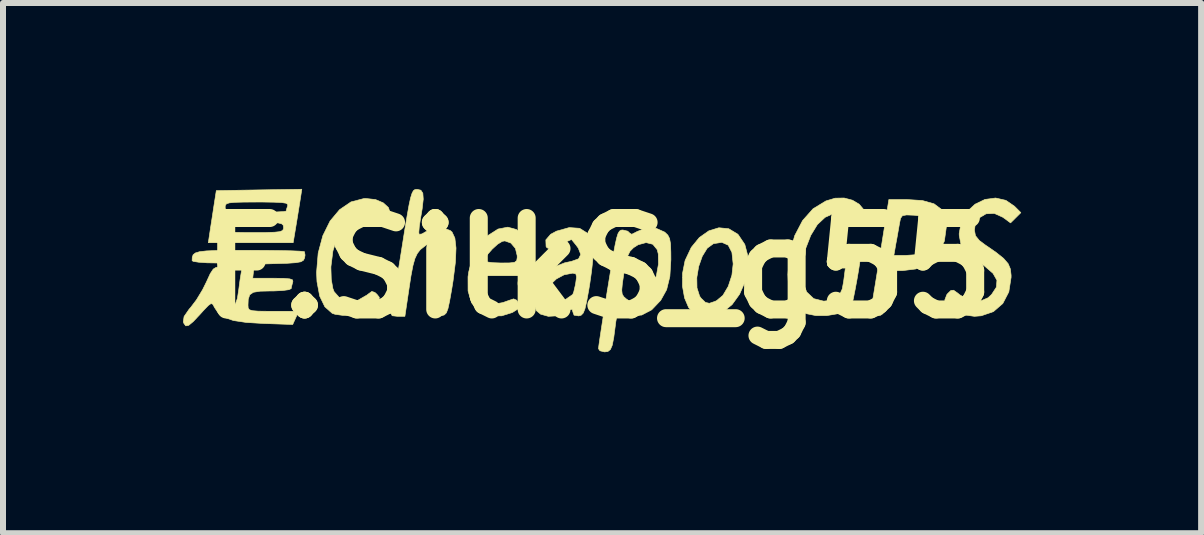
<source format=kicad_pcb>
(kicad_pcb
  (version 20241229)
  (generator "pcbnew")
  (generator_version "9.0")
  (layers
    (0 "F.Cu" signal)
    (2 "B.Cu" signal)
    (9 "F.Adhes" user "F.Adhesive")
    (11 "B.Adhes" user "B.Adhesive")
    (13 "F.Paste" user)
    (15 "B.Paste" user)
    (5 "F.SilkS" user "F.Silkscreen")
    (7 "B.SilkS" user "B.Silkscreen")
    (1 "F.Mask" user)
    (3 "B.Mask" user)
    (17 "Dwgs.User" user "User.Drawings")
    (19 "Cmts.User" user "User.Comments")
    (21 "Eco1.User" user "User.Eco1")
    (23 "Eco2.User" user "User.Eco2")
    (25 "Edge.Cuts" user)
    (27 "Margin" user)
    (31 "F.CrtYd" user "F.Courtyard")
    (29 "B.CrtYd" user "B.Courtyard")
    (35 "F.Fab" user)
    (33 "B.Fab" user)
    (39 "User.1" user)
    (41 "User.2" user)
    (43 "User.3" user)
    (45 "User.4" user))
  (footprint "F.SilkS_g55"
    (layer "F.Cu")
    (at 6.925 1.418)
    (property "Reference" "F.SilkS_g55" (at 0 0 0) (layer "F.SilkS") (effects (font (size 1.524 1.524) (thickness 0.3))))
    (attr through_hole)
    (fp_poly (pts (xy 2.17 -0.656) (xy 2.318 -0.567) (xy 2.328 -0.557) (xy 2.438 -0.394) (xy 2.49 -0.197) (xy 2.488 0.017) (xy 2.44 0.233) (xy 2.351 0.435) (xy 2.227 0.607) (xy 2.074 0.733) (xy 1.897 0.798) (xy 1.825 0.803) (xy 1.7 0.79) (xy 1.603 0.761) (xy 1.598 0.759) (xy 1.502 0.658) (xy 1.434 0.498) (xy 1.399 0.301) (xy 1.4 0.158) (xy 1.638 0.158) (xy 1.641 0.33) (xy 1.685 0.468) (xy 1.71 0.503) (xy 1.782 0.572) (xy 1.847 0.587) (xy 1.941 0.555) (xy 1.966 0.544) (xy 2.073 0.455) (xy 2.162 0.305) (xy 2.223 0.119) (xy 2.244 -0.069) (xy 2.223 -0.262) (xy 2.161 -0.382) (xy 2.056 -0.429) (xy 1.915 -0.407) (xy 1.812 -0.332) (xy 1.729 -0.197) (xy 1.669 -0.026) (xy 1.638 0.158) (xy 1.4 0.158) (xy 1.4 0.089) (xy 1.441 -0.118) (xy 1.445 -0.131) (xy 1.546 -0.345) (xy 1.681 -0.51) (xy 1.839 -0.621) (xy 2.006 -0.672) (xy 2.17 -0.656)) (stroke (width 0.01) (type solid)) (fill yes) (layer "F.SilkS"))
    (fp_poly (pts (xy -3.716 -1.142) (xy -3.587 -1.087) (xy -3.501 -1.008) (xy -3.472 -0.917) (xy -3.51 -0.828) (xy -3.534 -0.805) (xy -3.591 -0.78) (xy -3.663 -0.809) (xy -3.709 -0.843) (xy -3.823 -0.913) (xy -3.929 -0.922) (xy -4.055 -0.871) (xy -4.099 -0.845) (xy -4.238 -0.716) (xy -4.35 -0.523) (xy -4.427 -0.285) (xy -4.46 -0.022) (xy -4.46 -0.003) (xy -4.454 0.19) (xy -4.427 0.341) (xy -4.407 0.393) (xy -4.305 0.508) (xy -4.167 0.556) (xy -4.011 0.537) (xy -3.857 0.448) (xy -3.841 0.435) (xy -3.778 0.389) (xy -3.727 0.406) (xy -3.693 0.437) (xy -3.654 0.486) (xy -3.658 0.532) (xy -3.714 0.6) (xy -3.755 0.642) (xy -3.857 0.727) (xy -3.965 0.771) (xy -4.114 0.79) (xy -4.263 0.788) (xy -4.39 0.77) (xy -4.438 0.754) (xy -4.561 0.645) (xy -4.647 0.467) (xy -4.692 0.227) (xy -4.699 0.073) (xy -4.672 -0.251) (xy -4.595 -0.539) (xy -4.474 -0.784) (xy -4.315 -0.974) (xy -4.125 -1.103) (xy -3.91 -1.159) (xy -3.877 -1.16) (xy -3.716 -1.142)) (stroke (width 0.01) (type solid)) (fill yes) (layer "F.SilkS"))
    (fp_poly (pts (xy 5.397 -1.126) (xy 5.592 -1.071) (xy 5.72 -0.975) (xy 5.786 -0.835) (xy 5.8 -0.708) (xy 5.764 -0.45) (xy 5.661 -0.239) (xy 5.5 -0.081) (xy 5.286 0.015) (xy 5.066 0.042) (xy 4.88 0.042) (xy 4.821 0.413) (xy 4.792 0.59) (xy 4.767 0.7) (xy 4.739 0.76) (xy 4.7 0.786) (xy 4.641 0.797) (xy 4.64 0.797) (xy 4.555 0.799) (xy 4.531 0.762) (xy 4.541 0.691) (xy 4.555 0.614) (xy 4.58 0.467) (xy 4.613 0.267) (xy 4.652 0.027) (xy 4.69 -0.212) (xy 4.922 -0.212) (xy 5.13 -0.212) (xy 5.274 -0.222) (xy 5.37 -0.259) (xy 5.437 -0.319) (xy 5.528 -0.466) (xy 5.559 -0.631) (xy 5.527 -0.774) (xy 5.48 -0.833) (xy 5.4 -0.865) (xy 5.261 -0.881) (xy 5.133 -0.886) (xy 5.065 -0.873) (xy 5.034 -0.83) (xy 5.018 -0.754) (xy 4.995 -0.623) (xy 4.967 -0.464) (xy 4.957 -0.413) (xy 4.922 -0.212) (xy 4.69 -0.212) (xy 4.694 -0.237) (xy 4.702 -0.286) (xy 4.839 -1.143) (xy 5.13 -1.143) (xy 5.397 -1.126)) (stroke (width 0.01) (type solid)) (fill yes) (layer "F.SilkS"))
    (fp_poly (pts (xy 6.789 -1.129) (xy 6.932 -1.031) (xy 7.039 -0.924) (xy 6.867 -0.753) (xy 6.739 -0.847) (xy 6.597 -0.911) (xy 6.459 -0.905) (xy 6.346 -0.838) (xy 6.277 -0.719) (xy 6.265 -0.632) (xy 6.282 -0.54) (xy 6.346 -0.46) (xy 6.438 -0.391) (xy 6.625 -0.262) (xy 6.751 -0.161) (xy 6.827 -0.073) (xy 6.864 0.015) (xy 6.876 0.118) (xy 6.876 0.155) (xy 6.838 0.397) (xy 6.738 0.59) (xy 6.582 0.725) (xy 6.379 0.795) (xy 6.265 0.804) (xy 6.074 0.777) (xy 5.936 0.719) (xy 5.812 0.624) (xy 5.77 0.534) (xy 5.805 0.442) (xy 5.821 0.423) (xy 5.873 0.373) (xy 5.918 0.369) (xy 5.986 0.417) (xy 6.02 0.445) (xy 6.184 0.542) (xy 6.345 0.558) (xy 6.492 0.495) (xy 6.551 0.44) (xy 6.631 0.318) (xy 6.64 0.203) (xy 6.575 0.088) (xy 6.433 -0.035) (xy 6.297 -0.124) (xy 6.135 -0.244) (xy 6.044 -0.377) (xy 6.012 -0.543) (xy 6.011 -0.575) (xy 6.046 -0.773) (xy 6.139 -0.939) (xy 6.276 -1.065) (xy 6.44 -1.144) (xy 6.617 -1.168) (xy 6.789 -1.129)) (stroke (width 0.01) (type solid)) (fill yes) (layer "F.SilkS"))
    (fp_poly (pts (xy -1.368 -0.643) (xy -1.252 -0.544) (xy -1.174 -0.392) (xy -1.145 -0.195) (xy -1.161 -0.024) (xy -1.189 0.127) (xy -1.947 0.127) (xy -1.947 0.267) (xy -1.918 0.404) (xy -1.842 0.518) (xy -1.741 0.585) (xy -1.694 0.593) (xy -1.595 0.575) (xy -1.502 0.542) (xy -1.415 0.513) (xy -1.365 0.535) (xy -1.352 0.553) (xy -1.318 0.627) (xy -1.34 0.679) (xy -1.429 0.736) (xy -1.437 0.74) (xy -1.614 0.796) (xy -1.801 0.797) (xy -1.963 0.744) (xy -2.004 0.717) (xy -2.116 0.577) (xy -2.174 0.382) (xy -2.175 0.145) (xy -2.163 0.063) (xy -2.115 -0.124) (xy -1.905 -0.124) (xy -1.866 -0.104) (xy -1.765 -0.09) (xy -1.63 -0.085) (xy -1.482 -0.086) (xy -1.4 -0.096) (xy -1.364 -0.123) (xy -1.355 -0.175) (xy -1.355 -0.205) (xy -1.385 -0.328) (xy -1.46 -0.417) (xy -1.56 -0.453) (xy -1.604 -0.446) (xy -1.681 -0.399) (xy -1.773 -0.315) (xy -1.855 -0.221) (xy -1.901 -0.142) (xy -1.905 -0.124) (xy -2.115 -0.124) (xy -2.104 -0.171) (xy -2.017 -0.35) (xy -1.887 -0.503) (xy -1.842 -0.544) (xy -1.674 -0.651) (xy -1.512 -0.682) (xy -1.368 -0.643)) (stroke (width 0.01) (type solid)) (fill yes) (layer "F.SilkS"))
    (fp_poly (pts (xy 4.233 -1.131) (xy 4.345 -1.064) (xy 4.416 -0.979) (xy 4.43 -0.887) (xy 4.389 -0.815) (xy 4.338 -0.777) (xy 4.283 -0.789) (xy 4.21 -0.841) (xy 4.075 -0.916) (xy 3.939 -0.919) (xy 3.782 -0.849) (xy 3.775 -0.845) (xy 3.647 -0.725) (xy 3.537 -0.545) (xy 3.452 -0.326) (xy 3.401 -0.093) (xy 3.392 0.132) (xy 3.403 0.222) (xy 3.469 0.398) (xy 3.586 0.509) (xy 3.748 0.55) (xy 3.761 0.55) (xy 3.91 0.533) (xy 4.006 0.47) (xy 4.062 0.348) (xy 4.085 0.222) (xy 4.114 0) (xy 3.962 0) (xy 3.86 -0.007) (xy 3.818 -0.041) (xy 3.81 -0.106) (xy 3.815 -0.163) (xy 3.842 -0.194) (xy 3.911 -0.208) (xy 4.04 -0.212) (xy 4.085 -0.212) (xy 4.251 -0.205) (xy 4.34 -0.185) (xy 4.36 -0.159) (xy 4.353 -0.084) (xy 4.333 0.043) (xy 4.306 0.2) (xy 4.276 0.361) (xy 4.248 0.502) (xy 4.225 0.601) (xy 4.215 0.631) (xy 4.125 0.707) (xy 3.979 0.762) (xy 3.803 0.792) (xy 3.624 0.792) (xy 3.469 0.761) (xy 3.424 0.741) (xy 3.299 0.627) (xy 3.209 0.449) (xy 3.163 0.223) (xy 3.157 0.106) (xy 3.186 -0.237) (xy 3.269 -0.539) (xy 3.401 -0.792) (xy 3.576 -0.989) (xy 3.79 -1.119) (xy 3.943 -1.165) (xy 4.094 -1.168) (xy 4.233 -1.131)) (stroke (width 0.01) (type solid)) (fill yes) (layer "F.SilkS"))
    (fp_poly (pts (xy -2.961 -1.298) (xy -2.928 -1.248) (xy -2.921 -1.149) (xy -2.939 -0.989) (xy -2.966 -0.829) (xy -2.987 -0.695) (xy -2.995 -0.597) (xy -2.99 -0.563) (xy -2.944 -0.569) (xy -2.872 -0.61) (xy -2.738 -0.666) (xy -2.593 -0.671) (xy -2.471 -0.626) (xy -2.441 -0.6) (xy -2.394 -0.5) (xy -2.375 -0.334) (xy -2.385 -0.099) (xy -2.424 0.211) (xy -2.448 0.36) (xy -2.482 0.551) (xy -2.509 0.675) (xy -2.536 0.746) (xy -2.57 0.78) (xy -2.617 0.794) (xy -2.64 0.797) (xy -2.723 0.799) (xy -2.746 0.761) (xy -2.735 0.691) (xy -2.698 0.488) (xy -2.663 0.272) (xy -2.634 0.063) (xy -2.613 -0.122) (xy -2.602 -0.263) (xy -2.604 -0.341) (xy -2.605 -0.344) (xy -2.663 -0.41) (xy -2.76 -0.422) (xy -2.874 -0.383) (xy -2.971 -0.307) (xy -3.021 -0.242) (xy -3.06 -0.159) (xy -3.093 -0.041) (xy -3.126 0.131) (xy -3.153 0.307) (xy -3.227 0.804) (xy -3.352 0.804) (xy -3.439 0.794) (xy -3.461 0.754) (xy -3.456 0.73) (xy -3.444 0.669) (xy -3.42 0.536) (xy -3.388 0.346) (xy -3.349 0.109) (xy -3.305 -0.159) (xy -3.278 -0.328) (xy -3.229 -0.639) (xy -3.189 -0.877) (xy -3.158 -1.051) (xy -3.132 -1.171) (xy -3.108 -1.247) (xy -3.085 -1.29) (xy -3.06 -1.308) (xy -3.029 -1.312) (xy -3.021 -1.312) (xy -2.961 -1.298)) (stroke (width 0.01) (type solid)) (fill yes) (layer "F.SilkS"))
    (fp_poly (pts (xy -0.315 -0.663) (xy -0.187 -0.583) (xy -0.109 -0.44) (xy -0.087 -0.259) (xy -0.096 -0.13) (xy -0.116 0.051) (xy -0.145 0.256) (xy -0.162 0.36) (xy -0.197 0.553) (xy -0.226 0.678) (xy -0.255 0.75) (xy -0.289 0.785) (xy -0.329 0.797) (xy -0.407 0.785) (xy -0.423 0.744) (xy -0.44 0.687) (xy -0.497 0.695) (xy -0.569 0.742) (xy -0.693 0.796) (xy -0.836 0.804) (xy -0.965 0.768) (xy -1.035 0.71) (xy -1.094 0.555) (xy -1.09 0.486) (xy -0.87 0.486) (xy -0.847 0.529) (xy -0.751 0.587) (xy -0.627 0.566) (xy -0.549 0.522) (xy -0.47 0.468) (xy -0.429 0.439) (xy -0.412 0.394) (xy -0.389 0.295) (xy -0.381 0.256) (xy -0.366 0.147) (xy -0.378 0.097) (xy -0.425 0.085) (xy -0.433 0.085) (xy -0.574 0.112) (xy -0.703 0.181) (xy -0.805 0.278) (xy -0.866 0.385) (xy -0.87 0.486) (xy -1.09 0.486) (xy -1.083 0.37) (xy -1.033 0.231) (xy -0.932 0.103) (xy -0.769 -0.007) (xy -0.566 -0.087) (xy -0.448 -0.113) (xy -0.333 -0.154) (xy -0.296 -0.227) (xy -0.337 -0.333) (xy -0.373 -0.382) (xy -0.45 -0.477) (xy -0.65 -0.388) (xy -0.771 -0.339) (xy -0.837 -0.327) (xy -0.869 -0.349) (xy -0.874 -0.361) (xy -0.878 -0.47) (xy -0.798 -0.563) (xy -0.7 -0.616) (xy -0.488 -0.675) (xy -0.315 -0.663)) (stroke (width 0.01) (type solid)) (fill yes) (layer "F.SilkS"))
    (fp_poly (pts (xy -4.973 -1.133) (xy -4.996 -0.989) (xy -5.025 -0.809) (xy -5.045 -0.688) (xy -5.089 -0.423) (xy -6.503 -0.423) (xy -6.465 -0.677) (xy -6.265 -0.677) (xy -6.26 -0.642) (xy -6.236 -0.618) (xy -6.178 -0.603) (xy -6.073 -0.596) (xy -5.907 -0.593) (xy -5.757 -0.593) (xy -5.543 -0.593) (xy -5.399 -0.598) (xy -5.312 -0.607) (xy -5.267 -0.625) (xy -5.251 -0.652) (xy -5.249 -0.677) (xy -5.254 -0.713) (xy -5.279 -0.737) (xy -5.336 -0.752) (xy -5.441 -0.759) (xy -5.608 -0.762) (xy -5.757 -0.762) (xy -5.972 -0.761) (xy -6.116 -0.757) (xy -6.203 -0.748) (xy -6.247 -0.73) (xy -6.264 -0.702) (xy -6.265 -0.677) (xy -6.465 -0.677) (xy -6.437 -0.857) (xy -6.413 -1.016) (xy -6.223 -1.016) (xy -6.218 -0.98) (xy -6.194 -0.956) (xy -6.136 -0.942) (xy -6.031 -0.934) (xy -5.865 -0.932) (xy -5.715 -0.931) (xy -5.519 -0.933) (xy -5.358 -0.936) (xy -5.249 -0.942) (xy -5.207 -0.949) (xy -5.207 -0.949) (xy -5.194 -0.999) (xy -5.181 -1.034) (xy -5.179 -1.062) (xy -5.208 -1.081) (xy -5.278 -1.092) (xy -5.404 -1.098) (xy -5.596 -1.101) (xy -5.689 -1.101) (xy -5.91 -1.1) (xy -6.06 -1.096) (xy -6.152 -1.087) (xy -6.201 -1.071) (xy -6.22 -1.045) (xy -6.223 -1.016) (xy -6.413 -1.016) (xy -6.37 -1.291) (xy -5.658 -1.303) (xy -4.945 -1.314) (xy -4.973 -1.133)) (stroke (width 0.01) (type solid)) (fill yes) (layer "F.SilkS"))
    (fp_poly (pts (xy 0.956 -0.665) (xy 1.102 -0.6) (xy 1.107 -0.596) (xy 1.155 -0.55) (xy 1.184 -0.493) (xy 1.2 -0.406) (xy 1.205 -0.267) (xy 1.206 -0.141) (xy 1.189 0.139) (xy 1.135 0.36) (xy 1.036 0.538) (xy 0.887 0.694) (xy 0.883 0.697) (xy 0.719 0.783) (xy 0.53 0.792) (xy 0.377 0.745) (xy 0.336 0.742) (xy 0.309 0.784) (xy 0.289 0.889) (xy 0.28 0.959) (xy 0.254 1.157) (xy 0.229 1.285) (xy 0.198 1.357) (xy 0.156 1.39) (xy 0.101 1.397) (xy 0.024 1.378) (xy -0.000274 1.344) (xy 0.006 1.289) (xy 0.024 1.162) (xy 0.052 0.977) (xy 0.088 0.746) (xy 0.13 0.482) (xy 0.148 0.369) (xy 0.387 0.369) (xy 0.395 0.435) (xy 0.422 0.478) (xy 0.464 0.515) (xy 0.56 0.579) (xy 0.639 0.585) (xy 0.722 0.549) (xy 0.819 0.457) (xy 0.903 0.307) (xy 0.965 0.124) (xy 0.999 -0.066) (xy 0.996 -0.236) (xy 0.978 -0.307) (xy 0.905 -0.397) (xy 0.793 -0.425) (xy 0.66 -0.389) (xy 0.583 -0.34) (xy 0.525 -0.281) (xy 0.483 -0.196) (xy 0.449 -0.066) (xy 0.422 0.091) (xy 0.397 0.261) (xy 0.387 0.369) (xy 0.148 0.369) (xy 0.155 0.328) (xy 0.205 0.02) (xy 0.244 -0.214) (xy 0.276 -0.384) (xy 0.302 -0.501) (xy 0.325 -0.575) (xy 0.349 -0.615) (xy 0.375 -0.632) (xy 0.405 -0.635) (xy 0.487 -0.615) (xy 0.518 -0.585) (xy 0.553 -0.563) (xy 0.633 -0.603) (xy 0.636 -0.606) (xy 0.789 -0.667) (xy 0.956 -0.665)) (stroke (width 0.01) (type solid)) (fill yes) (layer "F.SilkS"))
    (fp_poly (pts (xy -5.556 -0.295) (xy -5.318 -0.292) (xy -5.122 -0.288) (xy -4.982 -0.282) (xy -4.908 -0.275) (xy -4.901 -0.273) (xy -4.891 -0.217) (xy -4.899 -0.168) (xy -4.918 -0.13) (xy -4.961 -0.105) (xy -5.046 -0.09) (xy -5.189 -0.08) (xy -5.328 -0.076) (xy -5.736 -0.064) (xy -5.75 0.053) (xy -5.763 0.169) (xy -5.417 0.169) (xy -5.246 0.171) (xy -5.145 0.18) (xy -5.099 0.197) (xy -5.094 0.227) (xy -5.097 0.236) (xy -5.119 0.317) (xy -5.122 0.342) (xy -5.161 0.36) (xy -5.265 0.374) (xy -5.412 0.381) (xy -5.456 0.381) (xy -5.639 0.385) (xy -5.752 0.403) (xy -5.813 0.445) (xy -5.838 0.521) (xy -5.842 0.617) (xy -5.839 0.664) (xy -5.82 0.694) (xy -5.769 0.71) (xy -5.671 0.718) (xy -5.51 0.72) (xy -5.42 0.72) (xy -4.997 0.72) (xy -5.047 0.83) (xy -5.097 0.94) (xy -5.586 0.923) (xy -5.871 0.906) (xy -6.084 0.874) (xy -6.236 0.822) (xy -6.339 0.748) (xy -6.4 0.656) (xy -6.427 0.604) (xy -6.456 0.59) (xy -6.502 0.622) (xy -6.582 0.705) (xy -6.635 0.764) (xy -6.753 0.89) (xy -6.83 0.954) (xy -6.879 0.963) (xy -6.91 0.922) (xy -6.92 0.895) (xy -6.907 0.807) (xy -6.822 0.684) (xy -6.797 0.656) (xy -6.7 0.528) (xy -6.599 0.361) (xy -6.536 0.234) (xy -6.471 0.093) (xy -6.421 0.017) (xy -6.374 -0.012) (xy -6.324 -0.009) (xy -6.261 0.009) (xy -6.248 0.049) (xy -6.278 0.135) (xy -6.283 0.146) (xy -6.31 0.312) (xy -6.261 0.473) (xy -6.168 0.586) (xy -6.1 0.623) (xy -6.052 0.598) (xy -6.018 0.504) (xy -5.995 0.352) (xy -5.975 0.2) (xy -5.954 0.069) (xy -5.942 0.012) (xy -5.934 -0.031) (xy -5.945 -0.06) (xy -5.992 -0.076) (xy -6.087 -0.083) (xy -6.245 -0.085) (xy -6.345 -0.085) (xy -6.524 -0.088) (xy -6.666 -0.098) (xy -6.754 -0.112) (xy -6.773 -0.124) (xy -6.771 -0.179) (xy -6.756 -0.222) (xy -6.719 -0.252) (xy -6.649 -0.273) (xy -6.537 -0.286) (xy -6.371 -0.293) (xy -6.141 -0.296) (xy -5.837 -0.296) (xy -5.823 -0.296) (xy -5.556 -0.295)) (stroke (width 0.01) (type solid)) (fill yes) (layer "F.SilkS")))
  (gr_rect
    (start -3 -3)
    (end 16.968 5.836)
    (stroke (width 0.1) (type default))
    (fill no)
    (layer "Edge.Cuts")))
</source>
